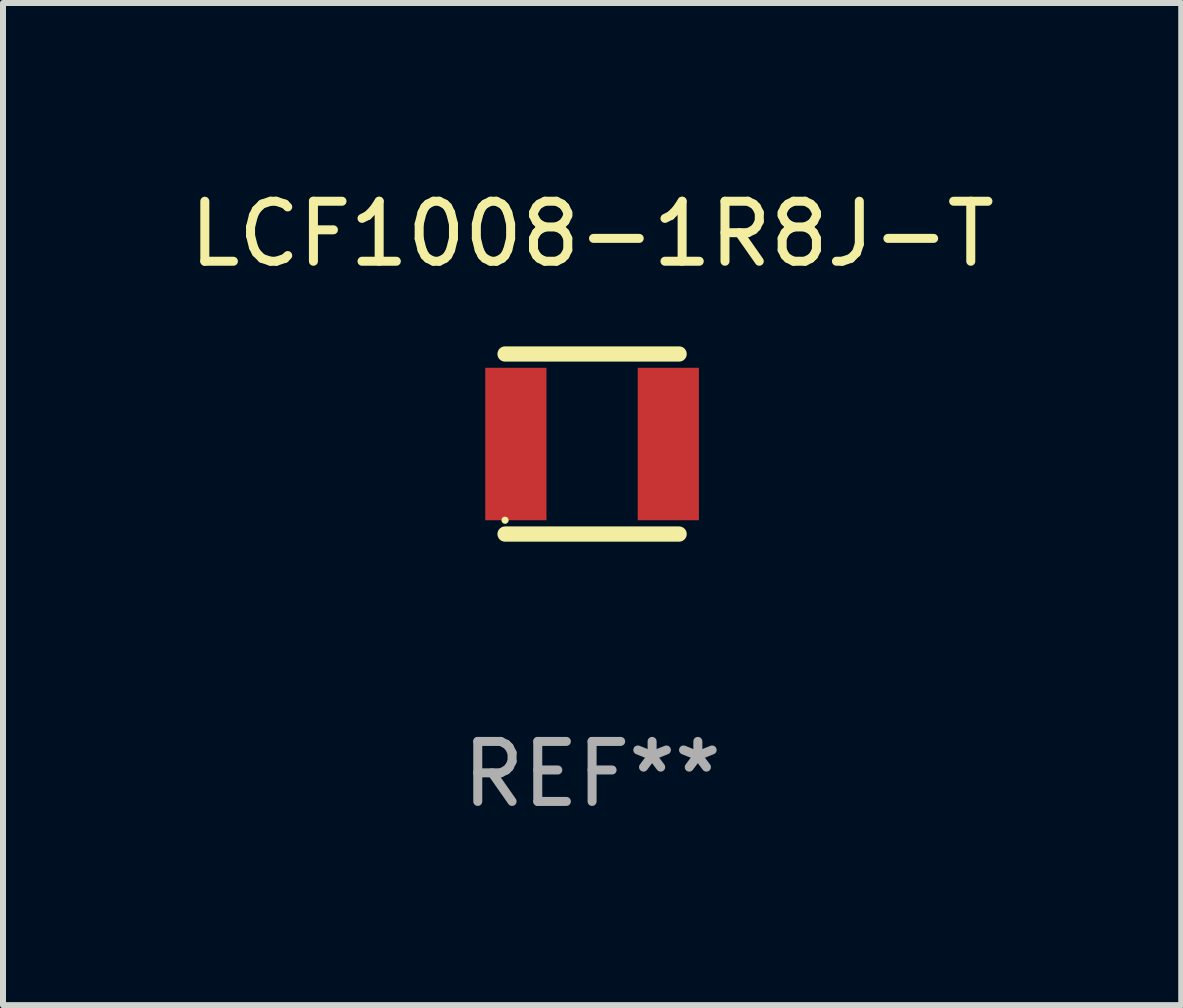
<source format=kicad_pcb>
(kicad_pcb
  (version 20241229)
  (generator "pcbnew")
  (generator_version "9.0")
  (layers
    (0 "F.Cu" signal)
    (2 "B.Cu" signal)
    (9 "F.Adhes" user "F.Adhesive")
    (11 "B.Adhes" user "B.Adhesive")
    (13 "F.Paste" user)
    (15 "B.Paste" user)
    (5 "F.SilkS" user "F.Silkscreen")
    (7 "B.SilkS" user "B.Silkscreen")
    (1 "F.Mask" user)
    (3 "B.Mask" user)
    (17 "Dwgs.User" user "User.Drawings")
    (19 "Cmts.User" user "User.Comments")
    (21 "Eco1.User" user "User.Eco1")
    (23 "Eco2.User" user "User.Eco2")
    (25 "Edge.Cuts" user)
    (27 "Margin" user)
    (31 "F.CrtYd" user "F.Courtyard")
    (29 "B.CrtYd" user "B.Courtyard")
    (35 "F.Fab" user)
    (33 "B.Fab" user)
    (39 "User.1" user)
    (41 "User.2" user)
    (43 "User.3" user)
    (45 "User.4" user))
  (footprint "LCF1008-1R8J-T"
    (layer "F.Cu")
    (at 6.815 4.348)
    (property "Reference" "LCF1008-1R8J-T" (at 0 -3.5 0) (layer "F.SilkS") (effects (font (size 1 1) (thickness 0.15))))
    (attr through_hole)
    (fp_line (start -1.45 -1.5) (end 1.45 -1.5) (stroke (width 0.254) (type solid)) (layer "F.SilkS"))
    (fp_line (start -1.45 1.5) (end 1.45 1.5) (stroke (width 0.254) (type solid)) (layer "F.SilkS"))
    (fp_circle (center -1.45 1.27) (end -1.42 1.27) (stroke (width 0.06) (type solid)) (fill no) (layer "F.SilkS"))
    (fp_text user "REF**" (at 0 5.5 0) (layer "F.Fab") (effects (font (size 1 1) (thickness 0.15))))
    (pad "1" smd rect (at -1.27 0 90) (size 2.54 1.02) (layers "F.Cu" "F.Mask" "F.Paste"))
    (pad "2" smd rect (at 1.27 0 90) (size 2.54 1.02) (layers "F.Cu" "F.Mask" "F.Paste")))
  (gr_rect
    (start -3 -3)
    (end 16.631 13.697)
    (stroke (width 0.1) (type default))
    (fill no)
    (layer "Edge.Cuts")))
</source>
